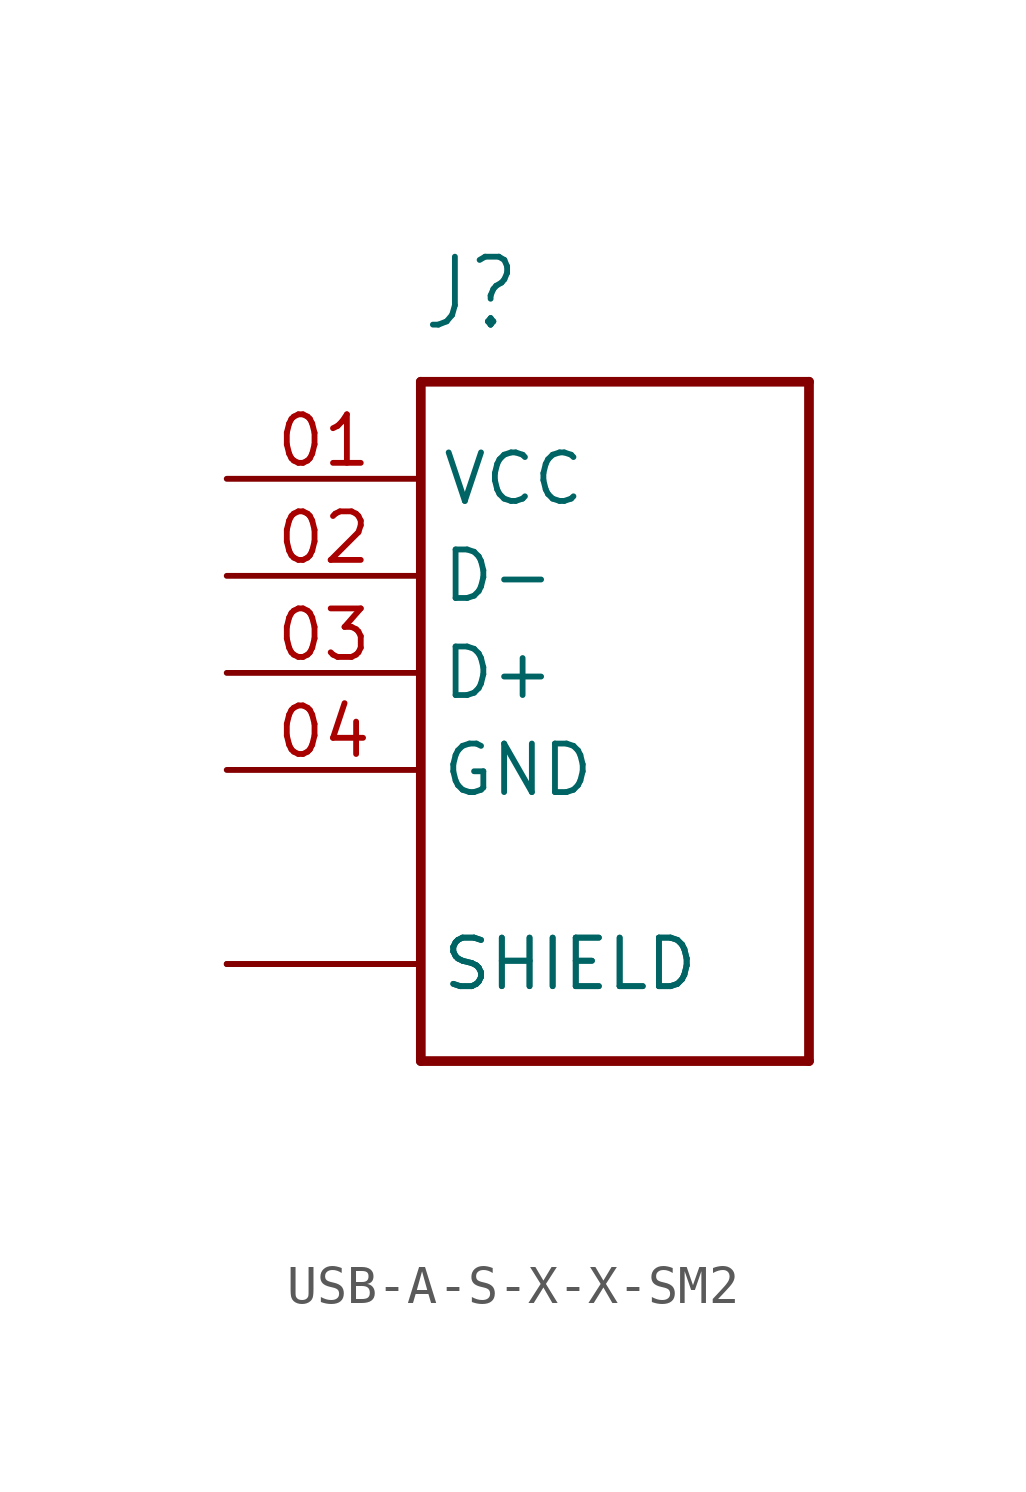
<source format=kicad_sym>
(kicad_symbol_lib
  (version 20231120)
  (generator "kicad_symbol_editor")
  (generator_version "8.0")
  (symbol "USB-A-S-X-X-SM2"
    (property "Reference" "J"
      (at -5.08 8.89 0)
      (effects (font (size 1.778 1.511)) (justify left bottom)))
    (property "Value" ""
      (at -5.08 -12.7 0)
      (effects (font (size 1.778 1.511)) (justify left bottom)))
    (property "ki_locked" ""
      (at 0 0 0)
      (effects (font (size 1.27 1.27))))
    (symbol "USB-A-S-X-X-SM2_1_0"
      (polyline (pts (xy -5.08 -10.16) (xy 5.08 -10.16)) (stroke (width 0.254) (type solid)) (fill (type none)))
      (polyline (pts (xy -5.08 7.62) (xy -5.08 -10.16)) (stroke (width 0.254) (type solid)) (fill (type none)))
      (polyline (pts (xy 5.08 -10.16) (xy 5.08 7.62)) (stroke (width 0.254) (type solid)) (fill (type none)))
      (polyline (pts (xy 5.08 7.62) (xy -5.08 7.62)) (stroke (width 0.254) (type solid)) (fill (type none)))
      (pin power_in line (at -10.16 5.08 0) (length 5.08) (name "VCC" (effects (font (size 1.27 1.27)))) (number "01" (effects (font (size 1.27 1.27)))))
      (pin bidirectional line (at -10.16 2.54 0) (length 5.08) (name "D-" (effects (font (size 1.27 1.27)))) (number "02" (effects (font (size 1.27 1.27)))))
      (pin bidirectional line (at -10.16 0 0) (length 5.08) (name "D+" (effects (font (size 1.27 1.27)))) (number "03" (effects (font (size 1.27 1.27)))))
      (pin power_in line (at -10.16 -2.54 0) (length 5.08) (name "GND" (effects (font (size 1.27 1.27)))) (number "04" (effects (font (size 1.27 1.27)))))
      (pin passive line (at -10.16 -7.62 0) (length 5.08) (name "SHIELD" (effects (font (size 1.27 1.27)))) (number "S1" (effects (font (size 0 0)))))
      (pin passive line (at -10.16 -7.62 0) (length 5.08) (name "SHIELD" (effects (font (size 1.27 1.27)))) (number "S2" (effects (font (size 0 0))))))))
</source>
